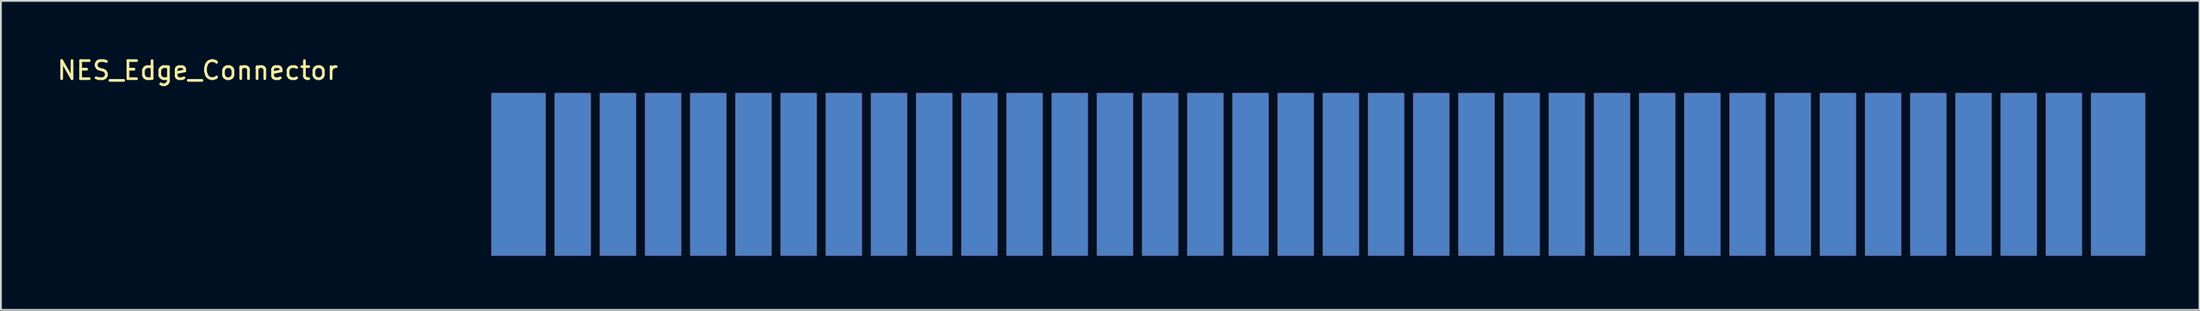
<source format=kicad_pcb>
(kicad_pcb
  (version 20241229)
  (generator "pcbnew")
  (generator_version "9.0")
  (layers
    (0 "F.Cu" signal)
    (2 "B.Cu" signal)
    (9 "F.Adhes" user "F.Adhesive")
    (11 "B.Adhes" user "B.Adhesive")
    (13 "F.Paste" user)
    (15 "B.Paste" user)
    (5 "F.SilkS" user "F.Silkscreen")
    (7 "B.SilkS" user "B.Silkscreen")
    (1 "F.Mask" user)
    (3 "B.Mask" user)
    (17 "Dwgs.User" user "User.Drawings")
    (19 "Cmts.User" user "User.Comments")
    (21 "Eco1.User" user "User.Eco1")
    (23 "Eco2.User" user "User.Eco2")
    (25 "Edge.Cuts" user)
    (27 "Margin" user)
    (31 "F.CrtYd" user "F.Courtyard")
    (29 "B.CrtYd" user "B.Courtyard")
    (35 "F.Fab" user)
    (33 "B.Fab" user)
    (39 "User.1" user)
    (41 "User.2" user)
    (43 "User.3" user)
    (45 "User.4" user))
  (footprint "NES_Edge_Connector"
    (layer "F.Cu")
    (at 7.887 0.348)
    (property "Reference" "NES_Edge_Connector" (at 0 0.5 0) (layer "F.SilkS") (effects (font (size 1 1) (thickness 0.15))))
    (attr through_hole)
    (pad "1" smd rect (at 17.75 6.25) (size 3 9) (layers "F.Cu" "F.Mask" "F.Paste"))
    (pad "2" smd rect (at 20.75 6.25) (size 2 9) (layers "F.Cu" "F.Mask" "F.Paste"))
    (pad "3" smd rect (at 23.25 6.25) (size 2 9) (layers "F.Cu" "F.Mask" "F.Paste"))
    (pad "4" smd rect (at 25.75 6.25) (size 2 9) (layers "F.Cu" "F.Mask" "F.Paste"))
    (pad "5" smd rect (at 28.25 6.25) (size 2 9) (layers "F.Cu" "F.Mask" "F.Paste"))
    (pad "6" smd rect (at 30.75 6.25) (size 2 9) (layers "F.Cu" "F.Mask" "F.Paste"))
    (pad "7" smd rect (at 33.25 6.25) (size 2 9) (layers "F.Cu" "F.Mask" "F.Paste"))
    (pad "8" smd rect (at 35.75 6.25) (size 2 9) (layers "F.Cu" "F.Mask" "F.Paste"))
    (pad "9" smd rect (at 38.25 6.25) (size 2 9) (layers "F.Cu" "F.Mask" "F.Paste"))
    (pad "10" smd rect (at 40.75 6.25) (size 2 9) (layers "F.Cu" "F.Mask" "F.Paste"))
    (pad "11" smd rect (at 43.25 6.25) (size 2 9) (layers "F.Cu" "F.Mask" "F.Paste"))
    (pad "12" smd rect (at 45.75 6.25) (size 2 9) (layers "F.Cu" "F.Mask" "F.Paste"))
    (pad "13" smd rect (at 48.25 6.25) (size 2 9) (layers "F.Cu" "F.Mask" "F.Paste"))
    (pad "14" smd rect (at 50.75 6.25) (size 2 9) (layers "F.Cu" "F.Mask" "F.Paste"))
    (pad "15" smd rect (at 53.25 6.25) (size 2 9) (layers "F.Cu" "F.Mask" "F.Paste"))
    (pad "16" smd rect (at 55.75 6.25) (size 2 9) (layers "F.Cu" "F.Mask" "F.Paste"))
    (pad "17" smd rect (at 58.25 6.25) (size 2 9) (layers "F.Cu" "F.Mask" "F.Paste"))
    (pad "18" smd rect (at 60.75 6.25) (size 2 9) (layers "F.Cu" "F.Mask" "F.Paste"))
    (pad "19" smd rect (at 63.25 6.25) (size 2 9) (layers "F.Cu" "F.Mask" "F.Paste"))
    (pad "20" smd rect (at 65.75 6.25) (size 2 9) (layers "F.Cu" "F.Mask" "F.Paste"))
    (pad "21" smd rect (at 68.25 6.25) (size 2 9) (layers "F.Cu" "F.Mask" "F.Paste"))
    (pad "22" smd rect (at 70.75 6.25) (size 2 9) (layers "F.Cu" "F.Mask" "F.Paste"))
    (pad "23" smd rect (at 73.25 6.25) (size 2 9) (layers "F.Cu" "F.Mask" "F.Paste"))
    (pad "24" smd rect (at 75.75 6.25) (size 2 9) (layers "F.Cu" "F.Mask" "F.Paste"))
    (pad "25" smd rect (at 78.25 6.25) (size 2 9) (layers "F.Cu" "F.Mask" "F.Paste"))
    (pad "26" smd rect (at 80.75 6.25) (size 2 9) (layers "F.Cu" "F.Mask" "F.Paste"))
    (pad "27" smd rect (at 83.25 6.25) (size 2 9) (layers "F.Cu" "F.Mask" "F.Paste"))
    (pad "28" smd rect (at 85.75 6.25) (size 2 9) (layers "F.Cu" "F.Mask" "F.Paste"))
    (pad "28" smd rect (at 103.25 6.25) (size 2 9) (layers "B.Cu" "B.Mask" "B.Paste"))
    (pad "29" smd rect (at 88.25 6.25) (size 2 9) (layers "F.Cu" "F.Mask" "F.Paste"))
    (pad "30" smd rect (at 90.75 6.25) (size 2 9) (layers "F.Cu" "F.Mask" "F.Paste"))
    (pad "31" smd rect (at 93.25 6.25) (size 2 9) (layers "F.Cu" "F.Mask" "F.Paste"))
    (pad "32" smd rect (at 95.75 6.25) (size 2 9) (layers "F.Cu" "F.Mask" "F.Paste"))
    (pad "33" smd rect (at 98.25 6.25) (size 2 9) (layers "F.Cu" "F.Mask" "F.Paste"))
    (pad "34" smd rect (at 100.75 6.25) (size 2 9) (layers "F.Cu" "F.Mask" "F.Paste"))
    (pad "35" smd rect (at 103.25 6.25) (size 2 9) (layers "F.Cu" "F.Mask" "F.Paste"))
    (pad "36" smd rect (at 106.25 6.25) (size 3 9) (layers "F.Cu" "F.Mask" "F.Paste"))
    (pad "37" smd rect (at 106.25 6.25) (size 3 9) (layers "B.Cu" "B.Mask" "B.Paste"))
    (pad "39" smd rect (at 100.75 6.25) (size 2 9) (layers "B.Cu" "B.Mask" "B.Paste"))
    (pad "40" smd rect (at 98.25 6.25) (size 2 9) (layers "B.Cu" "B.Mask" "B.Paste"))
    (pad "41" smd rect (at 95.75 6.25) (size 2 9) (layers "B.Cu" "B.Mask" "B.Paste"))
    (pad "42" smd rect (at 93.25 6.25) (size 2 9) (layers "B.Cu" "B.Mask" "B.Paste"))
    (pad "43" smd rect (at 90.75 6.25) (size 2 9) (layers "B.Cu" "B.Mask" "B.Paste"))
    (pad "44" smd rect (at 88.25 6.25) (size 2 9) (layers "B.Cu" "B.Mask" "B.Paste"))
    (pad "45" smd rect (at 85.75 6.25) (size 2 9) (layers "B.Cu" "B.Mask" "B.Paste"))
    (pad "46" smd rect (at 83.25 6.25) (size 2 9) (layers "B.Cu" "B.Mask" "B.Paste"))
    (pad "47" smd rect (at 80.75 6.25) (size 2 9) (layers "B.Cu" "B.Mask" "B.Paste"))
    (pad "48" smd rect (at 78.25 6.25) (size 2 9) (layers "B.Cu" "B.Mask" "B.Paste"))
    (pad "49" smd rect (at 75.75 6.25) (size 2 9) (layers "B.Cu" "B.Mask" "B.Paste"))
    (pad "50" smd rect (at 73.25 6.25) (size 2 9) (layers "B.Cu" "B.Mask" "B.Paste"))
    (pad "51" smd rect (at 70.75 6.25) (size 2 9) (layers "B.Cu" "B.Mask" "B.Paste"))
    (pad "52" smd rect (at 68.25 6.25) (size 2 9) (layers "B.Cu" "B.Mask" "B.Paste"))
    (pad "53" smd rect (at 65.75 6.25) (size 2 9) (layers "B.Cu" "B.Mask" "B.Paste"))
    (pad "54" smd rect (at 63.25 6.25) (size 2 9) (layers "B.Cu" "B.Mask" "B.Paste"))
    (pad "55" smd rect (at 60.75 6.25) (size 2 9) (layers "B.Cu" "B.Mask" "B.Paste"))
    (pad "56" smd rect (at 58.25 6.25) (size 2 9) (layers "B.Cu" "B.Mask" "B.Paste"))
    (pad "57" smd rect (at 55.75 6.25) (size 2 9) (layers "B.Cu" "B.Mask" "B.Paste"))
    (pad "58" smd rect (at 53.25 6.25) (size 2 9) (layers "B.Cu" "B.Mask" "B.Paste"))
    (pad "59" smd rect (at 50.75 6.25) (size 2 9) (layers "B.Cu" "B.Mask" "B.Paste"))
    (pad "60" smd rect (at 48.25 6.25) (size 2 9) (layers "B.Cu" "B.Mask" "B.Paste"))
    (pad "61" smd rect (at 45.75 6.25) (size 2 9) (layers "B.Cu" "B.Mask" "B.Paste"))
    (pad "62" smd rect (at 43.25 6.25) (size 2 9) (layers "B.Cu" "B.Mask" "B.Paste"))
    (pad "63" smd rect (at 40.75 6.25) (size 2 9) (layers "B.Cu" "B.Mask" "B.Paste"))
    (pad "64" smd rect (at 38.25 6.25) (size 2 9) (layers "B.Cu" "B.Mask" "B.Paste"))
    (pad "65" smd rect (at 35.75 6.25) (size 2 9) (layers "B.Cu" "B.Mask" "B.Paste"))
    (pad "66" smd rect (at 33.25 6.25) (size 2 9) (layers "B.Cu" "B.Mask" "B.Paste"))
    (pad "67" smd rect (at 30.75 6.25) (size 2 9) (layers "B.Cu" "B.Mask" "B.Paste"))
    (pad "68" smd rect (at 28.25 6.25) (size 2 9) (layers "B.Cu" "B.Mask" "B.Paste"))
    (pad "69" smd rect (at 25.75 6.25) (size 2 9) (layers "B.Cu" "B.Mask" "B.Paste"))
    (pad "70" smd rect (at 23.25 6.25) (size 2 9) (layers "B.Cu" "B.Mask" "B.Paste"))
    (pad "71" smd rect (at 20.75 6.25) (size 2 9) (layers "B.Cu" "B.Mask" "B.Paste"))
    (pad "72" smd rect (at 17.75 6.25) (size 3 9) (layers "B.Cu" "B.Mask" "B.Paste")))
  (gr_rect
    (start -3 -3)
    (end 118.637 14.098)
    (stroke (width 0.1) (type default))
    (fill no)
    (layer "Edge.Cuts")))
</source>
